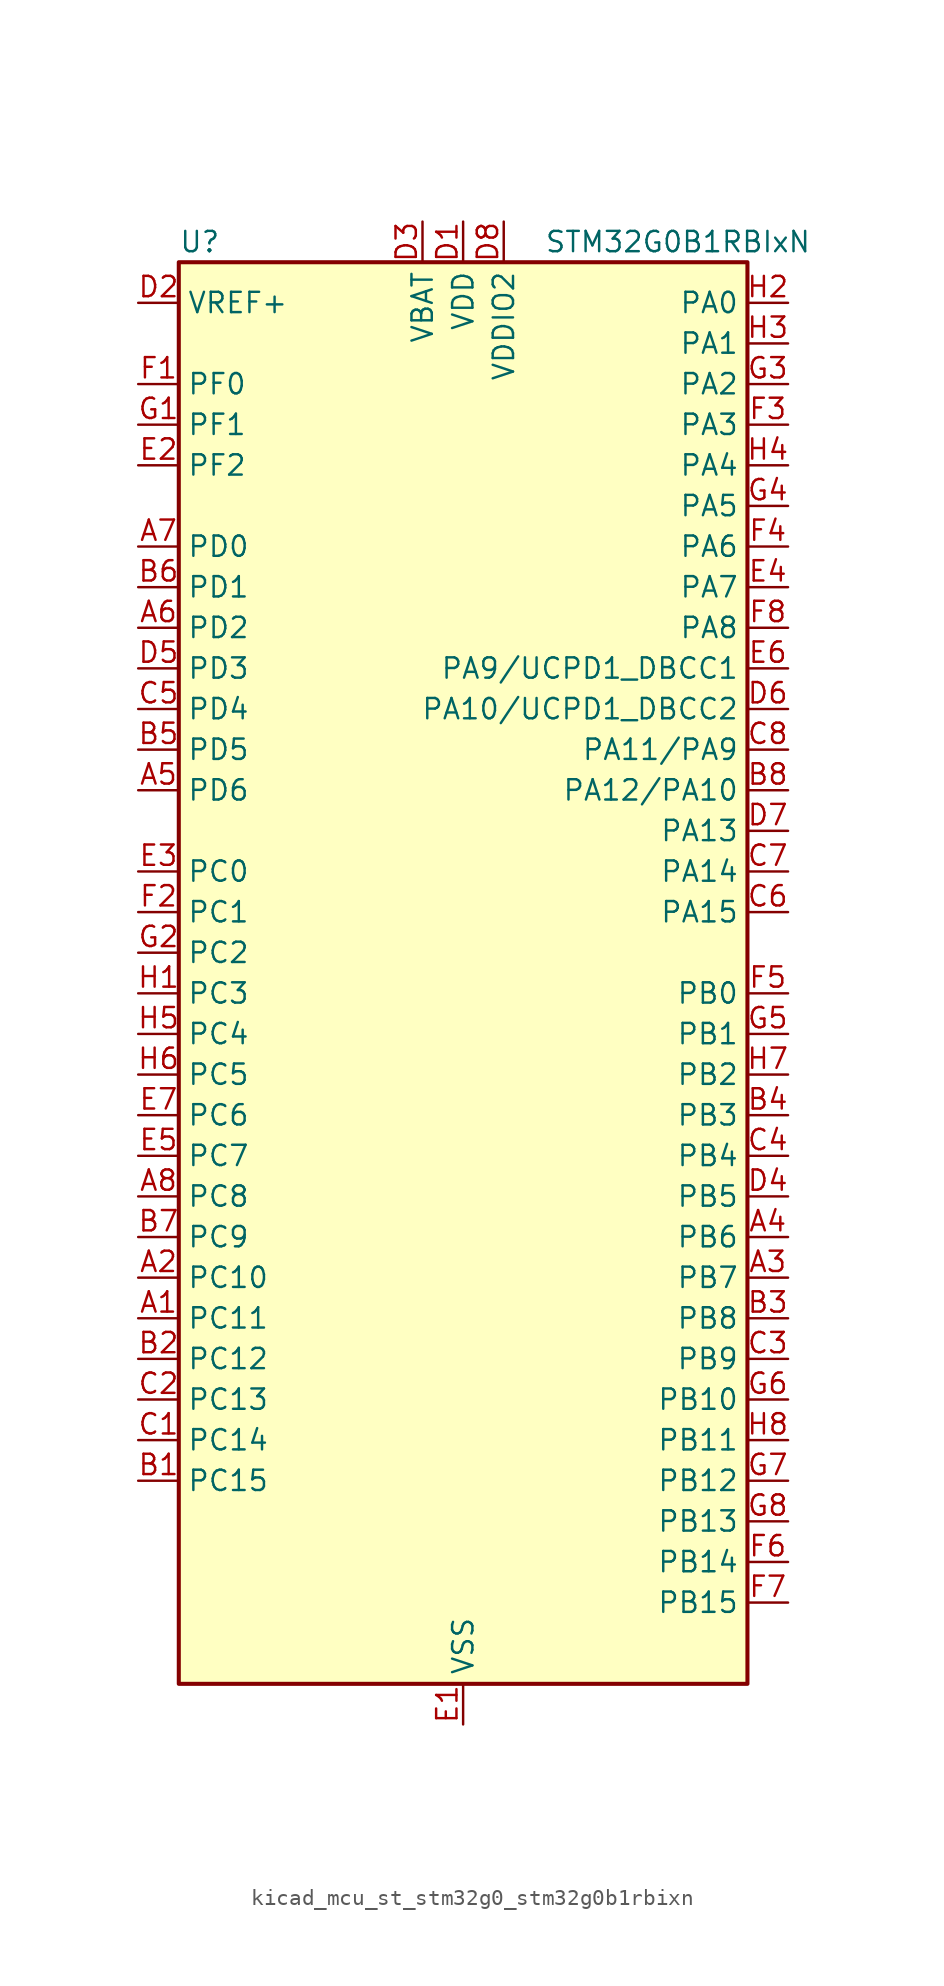
<source format=kicad_sym>
(kicad_symbol_lib
  (version 20220914)
  (generator kicad_symbol_editor)
  (symbol "kicad_mcu_st_stm32g0_stm32g0b1rbixn"
    (property "Reference" "U"
      (at -17.78 46.99 0)
      (effects (font (size 1.27 1.27)) (justify left)))
    (property "Value" "STM32G0B1RBIxN"
      (at 5.08 46.99 0)
      (effects (font (size 1.27 1.27)) (justify left)))
    (property "ki_locked" ""
      (at 0 0 0)
      (effects (font (size 1.27 1.27))))
    (symbol "kicad_mcu_st_stm32g0_stm32g0b1rbixn_0_1"
      (rectangle (start -17.78 -43.18) (end 17.78 45.72) (stroke (width 0.254) (type default)) (fill (type background))))
    (symbol "kicad_mcu_st_stm32g0_stm32g0b1rbixn_1_1"
      (pin bidirectional line (at -20.32 -20.32 0) (length 2.54) (name "PC11" (effects (font (size 1.27 1.27)))) (number "A1" (effects (font (size 1.27 1.27)))) (alternate "ADC1_EXTI11" bidirectional line) (alternate "SPI3_MISO" bidirectional line) (alternate "TIM1_CH4" bidirectional line) (alternate "USART3_RX" bidirectional line) (alternate "USART4_RX" bidirectional line))
      (pin bidirectional line (at -20.32 -17.78 0) (length 2.54) (name "PC10" (effects (font (size 1.27 1.27)))) (number "A2" (effects (font (size 1.27 1.27)))) (alternate "SPI3_SCK" bidirectional line) (alternate "TIM1_CH3" bidirectional line) (alternate "USART3_TX" bidirectional line) (alternate "USART4_TX" bidirectional line))
      (pin bidirectional line (at 20.32 -17.78 180) (length 2.54) (name "PB7" (effects (font (size 1.27 1.27)))) (number "A3" (effects (font (size 1.27 1.27)))) (alternate "COMP2_INM" bidirectional line) (alternate "I2C1_SDA" bidirectional line) (alternate "I2S2_SD" bidirectional line) (alternate "LPTIM1_IN2" bidirectional line) (alternate "LPUART2_RX" bidirectional line) (alternate "SPI2_MOSI" bidirectional line) (alternate "SYS_PVD_IN" bidirectional line) (alternate "TIM17_CH1N" bidirectional line) (alternate "TIM4_CH2" bidirectional line) (alternate "USART1_RX" bidirectional line) (alternate "USART4_CTS" bidirectional line) (alternate "USART4_NSS" bidirectional line))
      (pin bidirectional line (at 20.32 -15.24 180) (length 2.54) (name "PB6" (effects (font (size 1.27 1.27)))) (number "A4" (effects (font (size 1.27 1.27)))) (alternate "COMP2_INP" bidirectional line) (alternate "FDCAN2_TX" bidirectional line) (alternate "I2C1_SCL" bidirectional line) (alternate "I2S2_MCK" bidirectional line) (alternate "LPTIM1_ETR" bidirectional line) (alternate "LPUART2_TX" bidirectional line) (alternate "SPI2_MISO" bidirectional line) (alternate "TIM16_CH1N" bidirectional line) (alternate "TIM1_CH3" bidirectional line) (alternate "TIM4_CH1" bidirectional line) (alternate "USART1_TX" bidirectional line) (alternate "USART5_CTS" bidirectional line) (alternate "USART5_NSS" bidirectional line))
      (pin bidirectional line (at -20.32 12.7 0) (length 2.54) (name "PD6" (effects (font (size 1.27 1.27)))) (number "A5" (effects (font (size 1.27 1.27)))) (alternate "I2S1_SD" bidirectional line) (alternate "LPTIM2_OUT" bidirectional line) (alternate "SPI1_MOSI" bidirectional line) (alternate "USART2_RX" bidirectional line))
      (pin bidirectional line (at -20.32 22.86 0) (length 2.54) (name "PD2" (effects (font (size 1.27 1.27)))) (number "A6" (effects (font (size 1.27 1.27)))) (alternate "TIM1_CH1N" bidirectional line) (alternate "TIM3_ETR" bidirectional line) (alternate "UCPD2_CC2" bidirectional line) (alternate "USART3_CK" bidirectional line) (alternate "USART3_DE" bidirectional line) (alternate "USART3_RTS" bidirectional line) (alternate "USART5_RX" bidirectional line))
      (pin bidirectional line (at -20.32 27.94 0) (length 2.54) (name "PD0" (effects (font (size 1.27 1.27)))) (number "A7" (effects (font (size 1.27 1.27)))) (alternate "FDCAN1_RX" bidirectional line) (alternate "I2S2_WS" bidirectional line) (alternate "SPI2_NSS" bidirectional line) (alternate "TIM16_CH1" bidirectional line) (alternate "UCPD2_CC1" bidirectional line))
      (pin bidirectional line (at -20.32 -12.7 0) (length 2.54) (name "PC8" (effects (font (size 1.27 1.27)))) (number "A8" (effects (font (size 1.27 1.27)))) (alternate "LPUART2_CTS" bidirectional line) (alternate "TIM1_CH1" bidirectional line) (alternate "TIM3_CH3" bidirectional line) (alternate "UCPD2_FRSTX1" bidirectional line) (alternate "UCPD2_FRSTX2" bidirectional line))
      (pin bidirectional line (at -20.32 -30.48 0) (length 2.54) (name "PC15" (effects (font (size 1.27 1.27)))) (number "B1" (effects (font (size 1.27 1.27)))) (alternate "RCC_OSC32_EN" bidirectional line) (alternate "RCC_OSC32_OUT" bidirectional line) (alternate "RCC_OSC_EN" bidirectional line) (alternate "TIM15_BK" bidirectional line))
      (pin bidirectional line (at -20.32 -22.86 0) (length 2.54) (name "PC12" (effects (font (size 1.27 1.27)))) (number "B2" (effects (font (size 1.27 1.27)))) (alternate "LPTIM1_IN1" bidirectional line) (alternate "SPI3_MOSI" bidirectional line) (alternate "TIM14_CH1" bidirectional line) (alternate "UCPD1_FRSTX1" bidirectional line) (alternate "UCPD1_FRSTX2" bidirectional line) (alternate "USART5_TX" bidirectional line))
      (pin bidirectional line (at 20.32 -20.32 180) (length 2.54) (name "PB8" (effects (font (size 1.27 1.27)))) (number "B3" (effects (font (size 1.27 1.27)))) (alternate "CEC" bidirectional line) (alternate "FDCAN1_RX" bidirectional line) (alternate "I2C1_SCL" bidirectional line) (alternate "I2S2_CK" bidirectional line) (alternate "SPI2_SCK" bidirectional line) (alternate "TIM15_BK" bidirectional line) (alternate "TIM16_CH1" bidirectional line) (alternate "TIM4_CH3" bidirectional line) (alternate "USART3_TX" bidirectional line) (alternate "USART6_TX" bidirectional line))
      (pin bidirectional line (at 20.32 -7.62 180) (length 2.54) (name "PB3" (effects (font (size 1.27 1.27)))) (number "B4" (effects (font (size 1.27 1.27)))) (alternate "COMP2_INM" bidirectional line) (alternate "I2C2_SCL" bidirectional line) (alternate "I2C3_SCL" bidirectional line) (alternate "I2S1_CK" bidirectional line) (alternate "SPI1_SCK" bidirectional line) (alternate "SPI3_SCK" bidirectional line) (alternate "TIM1_CH2" bidirectional line) (alternate "TIM2_CH2" bidirectional line) (alternate "USART1_CK" bidirectional line) (alternate "USART1_DE" bidirectional line) (alternate "USART1_RTS" bidirectional line) (alternate "USART5_TX" bidirectional line))
      (pin bidirectional line (at -20.32 15.24 0) (length 2.54) (name "PD5" (effects (font (size 1.27 1.27)))) (number "B5" (effects (font (size 1.27 1.27)))) (alternate "I2S1_MCK" bidirectional line) (alternate "SPI1_MISO" bidirectional line) (alternate "TIM1_BK" bidirectional line) (alternate "USART2_TX" bidirectional line) (alternate "USART5_CTS" bidirectional line) (alternate "USART5_NSS" bidirectional line))
      (pin bidirectional line (at -20.32 25.4 0) (length 2.54) (name "PD1" (effects (font (size 1.27 1.27)))) (number "B6" (effects (font (size 1.27 1.27)))) (alternate "FDCAN1_TX" bidirectional line) (alternate "I2S2_CK" bidirectional line) (alternate "SPI2_SCK" bidirectional line) (alternate "TIM17_CH1" bidirectional line) (alternate "UCPD2_DBCC1" bidirectional line))
      (pin bidirectional line (at -20.32 -15.24 0) (length 2.54) (name "PC9" (effects (font (size 1.27 1.27)))) (number "B7" (effects (font (size 1.27 1.27)))) (alternate "DAC1_EXTI9" bidirectional line) (alternate "I2S_CKIN" bidirectional line) (alternate "LPUART2_DE" bidirectional line) (alternate "LPUART2_RTS" bidirectional line) (alternate "TIM1_CH2" bidirectional line) (alternate "TIM3_CH4" bidirectional line) (alternate "USB_NOE" bidirectional line))
      (pin bidirectional line (at 20.32 12.7 180) (length 2.54) (name "PA12/PA10" (effects (font (size 1.27 1.27)))) (number "B8" (effects (font (size 1.27 1.27)))) (alternate "COMP2_OUT" bidirectional line) (alternate "FDCAN1_TX" bidirectional line) (alternate "I2C2_SDA" bidirectional line) (alternate "I2S1_SD" bidirectional line) (alternate "I2S_CKIN" bidirectional line) (alternate "SPI1_MOSI" bidirectional line) (alternate "TIM1_ETR" bidirectional line) (alternate "USART1_CK" bidirectional line) (alternate "USART1_DE" bidirectional line) (alternate "USART1_RTS" bidirectional line) (alternate "USB_DP" bidirectional line))
      (pin bidirectional line (at -20.32 -27.94 0) (length 2.54) (name "PC14" (effects (font (size 1.27 1.27)))) (number "C1" (effects (font (size 1.27 1.27)))) (alternate "RCC_OSC32_IN" bidirectional line) (alternate "TIM1_BK2" bidirectional line))
      (pin bidirectional line (at -20.32 -25.4 0) (length 2.54) (name "PC13" (effects (font (size 1.27 1.27)))) (number "C2" (effects (font (size 1.27 1.27)))) (alternate "RTC_OUT1" bidirectional line) (alternate "RTC_TAMP_IN1" bidirectional line) (alternate "RTC_TS" bidirectional line) (alternate "SYS_WKUP2" bidirectional line) (alternate "TIM1_BK" bidirectional line))
      (pin bidirectional line (at 20.32 -22.86 180) (length 2.54) (name "PB9" (effects (font (size 1.27 1.27)))) (number "C3" (effects (font (size 1.27 1.27)))) (alternate "DAC1_EXTI9" bidirectional line) (alternate "FDCAN1_TX" bidirectional line) (alternate "I2C1_SDA" bidirectional line) (alternate "I2S2_WS" bidirectional line) (alternate "IR_OUT" bidirectional line) (alternate "SPI2_NSS" bidirectional line) (alternate "TIM17_CH1" bidirectional line) (alternate "TIM4_CH4" bidirectional line) (alternate "UCPD2_FRSTX1" bidirectional line) (alternate "UCPD2_FRSTX2" bidirectional line) (alternate "USART3_RX" bidirectional line) (alternate "USART6_RX" bidirectional line))
      (pin bidirectional line (at 20.32 -10.16 180) (length 2.54) (name "PB4" (effects (font (size 1.27 1.27)))) (number "C4" (effects (font (size 1.27 1.27)))) (alternate "COMP2_INP" bidirectional line) (alternate "I2C2_SDA" bidirectional line) (alternate "I2C3_SDA" bidirectional line) (alternate "I2S1_MCK" bidirectional line) (alternate "SPI1_MISO" bidirectional line) (alternate "SPI3_MISO" bidirectional line) (alternate "TIM17_BK" bidirectional line) (alternate "TIM3_CH1" bidirectional line) (alternate "USART1_CTS" bidirectional line) (alternate "USART1_NSS" bidirectional line) (alternate "USART5_RX" bidirectional line))
      (pin bidirectional line (at -20.32 17.78 0) (length 2.54) (name "PD4" (effects (font (size 1.27 1.27)))) (number "C5" (effects (font (size 1.27 1.27)))) (alternate "I2S2_SD" bidirectional line) (alternate "SPI2_MOSI" bidirectional line) (alternate "TIM1_CH3N" bidirectional line) (alternate "USART2_CK" bidirectional line) (alternate "USART2_DE" bidirectional line) (alternate "USART2_RTS" bidirectional line) (alternate "USART5_CK" bidirectional line) (alternate "USART5_DE" bidirectional line) (alternate "USART5_RTS" bidirectional line))
      (pin bidirectional line (at 20.32 5.08 180) (length 2.54) (name "PA15" (effects (font (size 1.27 1.27)))) (number "C6" (effects (font (size 1.27 1.27)))) (alternate "I2C2_SMBA" bidirectional line) (alternate "I2S1_WS" bidirectional line) (alternate "RCC_MCO_2" bidirectional line) (alternate "SPI1_NSS" bidirectional line) (alternate "SPI3_NSS" bidirectional line) (alternate "TIM2_CH1" bidirectional line) (alternate "TIM2_ETR" bidirectional line) (alternate "USART2_RX" bidirectional line) (alternate "USART3_CK" bidirectional line) (alternate "USART3_DE" bidirectional line) (alternate "USART3_RTS" bidirectional line) (alternate "USART4_CK" bidirectional line) (alternate "USART4_DE" bidirectional line) (alternate "USART4_RTS" bidirectional line) (alternate "USB_NOE" bidirectional line))
      (pin bidirectional line (at 20.32 7.62 180) (length 2.54) (name "PA14" (effects (font (size 1.27 1.27)))) (number "C7" (effects (font (size 1.27 1.27)))) (alternate "LPUART2_TX" bidirectional line) (alternate "SYS_SWCLK" bidirectional line) (alternate "USART2_TX" bidirectional line))
      (pin bidirectional line (at 20.32 15.24 180) (length 2.54) (name "PA11/PA9" (effects (font (size 1.27 1.27)))) (number "C8" (effects (font (size 1.27 1.27)))) (alternate "ADC1_EXTI11" bidirectional line) (alternate "COMP1_OUT" bidirectional line) (alternate "FDCAN1_RX" bidirectional line) (alternate "I2C2_SCL" bidirectional line) (alternate "I2S1_MCK" bidirectional line) (alternate "SPI1_MISO" bidirectional line) (alternate "TIM1_BK2" bidirectional line) (alternate "TIM1_CH4" bidirectional line) (alternate "USART1_CTS" bidirectional line) (alternate "USART1_NSS" bidirectional line) (alternate "USB_DM" bidirectional line))
      (pin power_in line (at 0 48.26 270) (length 2.54) (name "VDD" (effects (font (size 1.27 1.27)))) (number "D1" (effects (font (size 1.27 1.27)))))
      (pin input line (at -20.32 43.18 0) (length 2.54) (name "VREF+" (effects (font (size 1.27 1.27)))) (number "D2" (effects (font (size 1.27 1.27)))) (alternate "VREFBUF_OUT" bidirectional line))
      (pin power_in line (at -2.54 48.26 270) (length 2.54) (name "VBAT" (effects (font (size 1.27 1.27)))) (number "D3" (effects (font (size 1.27 1.27)))))
      (pin bidirectional line (at 20.32 -12.7 180) (length 2.54) (name "PB5" (effects (font (size 1.27 1.27)))) (number "D4" (effects (font (size 1.27 1.27)))) (alternate "COMP2_OUT" bidirectional line) (alternate "FDCAN2_RX" bidirectional line) (alternate "I2C1_SMBA" bidirectional line) (alternate "I2S1_SD" bidirectional line) (alternate "LPTIM1_IN1" bidirectional line) (alternate "SPI1_MOSI" bidirectional line) (alternate "SPI3_MOSI" bidirectional line) (alternate "SYS_WKUP6" bidirectional line) (alternate "TIM16_BK" bidirectional line) (alternate "TIM3_CH2" bidirectional line) (alternate "USART5_CK" bidirectional line) (alternate "USART5_DE" bidirectional line) (alternate "USART5_RTS" bidirectional line))
      (pin bidirectional line (at -20.32 20.32 0) (length 2.54) (name "PD3" (effects (font (size 1.27 1.27)))) (number "D5" (effects (font (size 1.27 1.27)))) (alternate "I2S2_MCK" bidirectional line) (alternate "SPI2_MISO" bidirectional line) (alternate "TIM1_CH2N" bidirectional line) (alternate "UCPD2_DBCC2" bidirectional line) (alternate "USART2_CTS" bidirectional line) (alternate "USART2_NSS" bidirectional line) (alternate "USART5_TX" bidirectional line))
      (pin bidirectional line (at 20.32 17.78 180) (length 2.54) (name "PA10/UCPD1_DBCC2" (effects (font (size 1.27 1.27)))) (number "D6" (effects (font (size 1.27 1.27)))) (alternate "I2C1_SDA" bidirectional line) (alternate "I2C2_SDA" bidirectional line) (alternate "I2S2_SD" bidirectional line) (alternate "RCC_MCO_2" bidirectional line) (alternate "SPI2_MOSI" bidirectional line) (alternate "TIM17_BK" bidirectional line) (alternate "TIM1_CH3" bidirectional line) (alternate "UCPD1_DBCC2" bidirectional line) (alternate "USART1_RX" bidirectional line))
      (pin bidirectional line (at 20.32 10.16 180) (length 2.54) (name "PA13" (effects (font (size 1.27 1.27)))) (number "D7" (effects (font (size 1.27 1.27)))) (alternate "IR_OUT" bidirectional line) (alternate "LPUART2_RX" bidirectional line) (alternate "SYS_SWDIO" bidirectional line) (alternate "USB_NOE" bidirectional line))
      (pin power_in line (at 2.54 48.26 270) (length 2.54) (name "VDDIO2" (effects (font (size 1.27 1.27)))) (number "D8" (effects (font (size 1.27 1.27)))))
      (pin power_in line (at 0 -45.72 90) (length 2.54) (name "VSS" (effects (font (size 1.27 1.27)))) (number "E1" (effects (font (size 1.27 1.27)))))
      (pin bidirectional line (at -20.32 33.02 0) (length 2.54) (name "PF2" (effects (font (size 1.27 1.27)))) (number "E2" (effects (font (size 1.27 1.27)))) (alternate "LPUART2_DE" bidirectional line) (alternate "LPUART2_RTS" bidirectional line) (alternate "LPUART2_TX" bidirectional line) (alternate "RCC_MCO" bidirectional line))
      (pin bidirectional line (at -20.32 7.62 0) (length 2.54) (name "PC0" (effects (font (size 1.27 1.27)))) (number "E3" (effects (font (size 1.27 1.27)))) (alternate "COMP3_INM" bidirectional line) (alternate "COMP3_OUT" bidirectional line) (alternate "I2C3_SCL" bidirectional line) (alternate "LPTIM1_IN1" bidirectional line) (alternate "LPTIM2_IN1" bidirectional line) (alternate "LPUART1_RX" bidirectional line) (alternate "LPUART2_TX" bidirectional line) (alternate "USART6_TX" bidirectional line))
      (pin bidirectional line (at 20.32 25.4 180) (length 2.54) (name "PA7" (effects (font (size 1.27 1.27)))) (number "E4" (effects (font (size 1.27 1.27)))) (alternate "ADC1_IN7" bidirectional line) (alternate "COMP2_OUT" bidirectional line) (alternate "I2C2_SCL" bidirectional line) (alternate "I2C3_SCL" bidirectional line) (alternate "I2S1_SD" bidirectional line) (alternate "SPI1_MOSI" bidirectional line) (alternate "TIM14_CH1" bidirectional line) (alternate "TIM17_CH1" bidirectional line) (alternate "TIM1_CH1N" bidirectional line) (alternate "TIM3_CH2" bidirectional line) (alternate "UCPD1_FRSTX1" bidirectional line) (alternate "UCPD1_FRSTX2" bidirectional line) (alternate "USART6_CK" bidirectional line) (alternate "USART6_DE" bidirectional line) (alternate "USART6_RTS" bidirectional line))
      (pin bidirectional line (at -20.32 -10.16 0) (length 2.54) (name "PC7" (effects (font (size 1.27 1.27)))) (number "E5" (effects (font (size 1.27 1.27)))) (alternate "LPUART2_RX" bidirectional line) (alternate "TIM2_CH4" bidirectional line) (alternate "TIM3_CH2" bidirectional line) (alternate "UCPD2_FRSTX1" bidirectional line) (alternate "UCPD2_FRSTX2" bidirectional line))
      (pin bidirectional line (at 20.32 20.32 180) (length 2.54) (name "PA9/UCPD1_DBCC1" (effects (font (size 1.27 1.27)))) (number "E6" (effects (font (size 1.27 1.27)))) (alternate "DAC1_EXTI9" bidirectional line) (alternate "I2C1_SCL" bidirectional line) (alternate "I2C2_SCL" bidirectional line) (alternate "I2S2_MCK" bidirectional line) (alternate "RCC_MCO" bidirectional line) (alternate "SPI2_MISO" bidirectional line) (alternate "TIM15_BK" bidirectional line) (alternate "TIM1_CH2" bidirectional line) (alternate "UCPD1_DBCC1" bidirectional line) (alternate "USART1_TX" bidirectional line))
      (pin bidirectional line (at -20.32 -7.62 0) (length 2.54) (name "PC6" (effects (font (size 1.27 1.27)))) (number "E7" (effects (font (size 1.27 1.27)))) (alternate "LPUART2_TX" bidirectional line) (alternate "TIM2_CH3" bidirectional line) (alternate "TIM3_CH1" bidirectional line) (alternate "UCPD1_FRSTX1" bidirectional line) (alternate "UCPD1_FRSTX2" bidirectional line))
      (pin passive line (at 0 -45.72 90) (length 2.54) hide (name "VSS" (effects (font (size 1.27 1.27)))) (number "E8" (effects (font (size 1.27 1.27)))))
      (pin bidirectional line (at -20.32 38.1 0) (length 2.54) (name "PF0" (effects (font (size 1.27 1.27)))) (number "F1" (effects (font (size 1.27 1.27)))) (alternate "CRS1_SYNC" bidirectional line) (alternate "RCC_OSC_IN" bidirectional line) (alternate "TIM14_CH1" bidirectional line))
      (pin bidirectional line (at -20.32 5.08 0) (length 2.54) (name "PC1" (effects (font (size 1.27 1.27)))) (number "F2" (effects (font (size 1.27 1.27)))) (alternate "COMP3_INP" bidirectional line) (alternate "I2C3_SDA" bidirectional line) (alternate "LPTIM1_OUT" bidirectional line) (alternate "LPUART1_TX" bidirectional line) (alternate "LPUART2_RX" bidirectional line) (alternate "TIM15_CH1" bidirectional line) (alternate "USART6_RX" bidirectional line))
      (pin bidirectional line (at 20.32 35.56 180) (length 2.54) (name "PA3" (effects (font (size 1.27 1.27)))) (number "F3" (effects (font (size 1.27 1.27)))) (alternate "ADC1_IN3" bidirectional line) (alternate "COMP2_INP" bidirectional line) (alternate "I2S2_MCK" bidirectional line) (alternate "LPUART1_RX" bidirectional line) (alternate "SPI2_MISO" bidirectional line) (alternate "TIM15_CH2" bidirectional line) (alternate "TIM2_CH4" bidirectional line) (alternate "UCPD2_FRSTX1" bidirectional line) (alternate "UCPD2_FRSTX2" bidirectional line) (alternate "USART2_RX" bidirectional line))
      (pin bidirectional line (at 20.32 27.94 180) (length 2.54) (name "PA6" (effects (font (size 1.27 1.27)))) (number "F4" (effects (font (size 1.27 1.27)))) (alternate "ADC1_IN6" bidirectional line) (alternate "COMP1_OUT" bidirectional line) (alternate "I2C2_SDA" bidirectional line) (alternate "I2C3_SDA" bidirectional line) (alternate "I2S1_MCK" bidirectional line) (alternate "LPUART1_CTS" bidirectional line) (alternate "SPI1_MISO" bidirectional line) (alternate "TIM16_CH1" bidirectional line) (alternate "TIM1_BK" bidirectional line) (alternate "TIM3_CH1" bidirectional line) (alternate "USART3_CTS" bidirectional line) (alternate "USART3_NSS" bidirectional line) (alternate "USART6_CTS" bidirectional line) (alternate "USART6_NSS" bidirectional line))
      (pin bidirectional line (at 20.32 0 180) (length 2.54) (name "PB0" (effects (font (size 1.27 1.27)))) (number "F5" (effects (font (size 1.27 1.27)))) (alternate "ADC1_IN8" bidirectional line) (alternate "COMP1_OUT" bidirectional line) (alternate "COMP3_INP" bidirectional line) (alternate "FDCAN2_RX" bidirectional line) (alternate "I2S1_WS" bidirectional line) (alternate "LPTIM1_OUT" bidirectional line) (alternate "LPUART2_CTS" bidirectional line) (alternate "SPI1_NSS" bidirectional line) (alternate "TIM1_CH2N" bidirectional line) (alternate "TIM3_CH3" bidirectional line) (alternate "UCPD1_FRSTX1" bidirectional line) (alternate "UCPD1_FRSTX2" bidirectional line) (alternate "USART3_RX" bidirectional line) (alternate "USART5_TX" bidirectional line))
      (pin bidirectional line (at 20.32 -35.56 180) (length 2.54) (name "PB14" (effects (font (size 1.27 1.27)))) (number "F6" (effects (font (size 1.27 1.27)))) (alternate "I2C2_SDA" bidirectional line) (alternate "I2S2_MCK" bidirectional line) (alternate "SPI2_MISO" bidirectional line) (alternate "TIM15_CH1" bidirectional line) (alternate "TIM1_CH2N" bidirectional line) (alternate "UCPD1_FRSTX1" bidirectional line) (alternate "UCPD1_FRSTX2" bidirectional line) (alternate "USART3_CK" bidirectional line) (alternate "USART3_DE" bidirectional line) (alternate "USART3_RTS" bidirectional line) (alternate "USART6_CK" bidirectional line) (alternate "USART6_DE" bidirectional line) (alternate "USART6_RTS" bidirectional line))
      (pin bidirectional line (at 20.32 -38.1 180) (length 2.54) (name "PB15" (effects (font (size 1.27 1.27)))) (number "F7" (effects (font (size 1.27 1.27)))) (alternate "I2S2_SD" bidirectional line) (alternate "RTC_REFIN" bidirectional line) (alternate "SPI2_MOSI" bidirectional line) (alternate "TIM15_CH1N" bidirectional line) (alternate "TIM15_CH2" bidirectional line) (alternate "TIM1_CH3N" bidirectional line) (alternate "UCPD1_CC2" bidirectional line) (alternate "USART6_CTS" bidirectional line) (alternate "USART6_NSS" bidirectional line))
      (pin bidirectional line (at 20.32 22.86 180) (length 2.54) (name "PA8" (effects (font (size 1.27 1.27)))) (number "F8" (effects (font (size 1.27 1.27)))) (alternate "CRS1_SYNC" bidirectional line) (alternate "I2C2_SMBA" bidirectional line) (alternate "I2S2_WS" bidirectional line) (alternate "LPTIM2_OUT" bidirectional line) (alternate "RCC_MCO" bidirectional line) (alternate "SPI2_NSS" bidirectional line) (alternate "TIM1_CH1" bidirectional line) (alternate "UCPD1_CC1" bidirectional line))
      (pin bidirectional line (at -20.32 35.56 0) (length 2.54) (name "PF1" (effects (font (size 1.27 1.27)))) (number "G1" (effects (font (size 1.27 1.27)))) (alternate "RCC_OSC_EN" bidirectional line) (alternate "RCC_OSC_OUT" bidirectional line) (alternate "TIM15_CH1N" bidirectional line))
      (pin bidirectional line (at -20.32 2.54 0) (length 2.54) (name "PC2" (effects (font (size 1.27 1.27)))) (number "G2" (effects (font (size 1.27 1.27)))) (alternate "COMP3_OUT" bidirectional line) (alternate "FDCAN2_RX" bidirectional line) (alternate "I2S2_MCK" bidirectional line) (alternate "LPTIM1_IN2" bidirectional line) (alternate "SPI2_MISO" bidirectional line) (alternate "TIM15_CH2" bidirectional line))
      (pin bidirectional line (at 20.32 38.1 180) (length 2.54) (name "PA2" (effects (font (size 1.27 1.27)))) (number "G3" (effects (font (size 1.27 1.27)))) (alternate "ADC1_IN2" bidirectional line) (alternate "COMP2_INM" bidirectional line) (alternate "COMP2_OUT" bidirectional line) (alternate "I2S1_SD" bidirectional line) (alternate "LPUART1_TX" bidirectional line) (alternate "RCC_LSCO" bidirectional line) (alternate "SPI1_MOSI" bidirectional line) (alternate "SYS_WKUP4" bidirectional line) (alternate "TIM15_CH1" bidirectional line) (alternate "TIM2_CH3" bidirectional line) (alternate "UCPD1_FRSTX1" bidirectional line) (alternate "UCPD1_FRSTX2" bidirectional line) (alternate "USART2_TX" bidirectional line))
      (pin bidirectional line (at 20.32 30.48 180) (length 2.54) (name "PA5" (effects (font (size 1.27 1.27)))) (number "G4" (effects (font (size 1.27 1.27)))) (alternate "ADC1_IN5" bidirectional line) (alternate "CEC" bidirectional line) (alternate "DAC1_OUT2" bidirectional line) (alternate "I2S1_CK" bidirectional line) (alternate "LPTIM2_ETR" bidirectional line) (alternate "SPI1_SCK" bidirectional line) (alternate "TIM2_CH1" bidirectional line) (alternate "TIM2_ETR" bidirectional line) (alternate "UCPD1_FRSTX1" bidirectional line) (alternate "UCPD1_FRSTX2" bidirectional line) (alternate "USART3_TX" bidirectional line) (alternate "USART6_RX" bidirectional line))
      (pin bidirectional line (at 20.32 -2.54 180) (length 2.54) (name "PB1" (effects (font (size 1.27 1.27)))) (number "G5" (effects (font (size 1.27 1.27)))) (alternate "ADC1_IN9" bidirectional line) (alternate "COMP1_INM" bidirectional line) (alternate "COMP3_OUT" bidirectional line) (alternate "FDCAN2_TX" bidirectional line) (alternate "LPTIM2_IN1" bidirectional line) (alternate "LPUART1_DE" bidirectional line) (alternate "LPUART1_RTS" bidirectional line) (alternate "LPUART2_DE" bidirectional line) (alternate "LPUART2_RTS" bidirectional line) (alternate "TIM14_CH1" bidirectional line) (alternate "TIM1_CH3N" bidirectional line) (alternate "TIM3_CH4" bidirectional line) (alternate "USART3_CK" bidirectional line) (alternate "USART3_DE" bidirectional line) (alternate "USART3_RTS" bidirectional line) (alternate "USART5_RX" bidirectional line))
      (pin bidirectional line (at 20.32 -25.4 180) (length 2.54) (name "PB10" (effects (font (size 1.27 1.27)))) (number "G6" (effects (font (size 1.27 1.27)))) (alternate "ADC1_IN11" bidirectional line) (alternate "CEC" bidirectional line) (alternate "COMP1_OUT" bidirectional line) (alternate "I2C2_SCL" bidirectional line) (alternate "I2S2_CK" bidirectional line) (alternate "LPUART1_RX" bidirectional line) (alternate "SPI2_SCK" bidirectional line) (alternate "TIM2_CH3" bidirectional line) (alternate "USART3_TX" bidirectional line))
      (pin bidirectional line (at 20.32 -30.48 180) (length 2.54) (name "PB12" (effects (font (size 1.27 1.27)))) (number "G7" (effects (font (size 1.27 1.27)))) (alternate "ADC1_IN16" bidirectional line) (alternate "FDCAN2_RX" bidirectional line) (alternate "I2C2_SMBA" bidirectional line) (alternate "I2S2_WS" bidirectional line) (alternate "LPUART1_DE" bidirectional line) (alternate "LPUART1_RTS" bidirectional line) (alternate "SPI2_NSS" bidirectional line) (alternate "TIM15_BK" bidirectional line) (alternate "TIM1_BK" bidirectional line) (alternate "UCPD2_FRSTX1" bidirectional line) (alternate "UCPD2_FRSTX2" bidirectional line))
      (pin bidirectional line (at 20.32 -33.02 180) (length 2.54) (name "PB13" (effects (font (size 1.27 1.27)))) (number "G8" (effects (font (size 1.27 1.27)))) (alternate "FDCAN2_TX" bidirectional line) (alternate "I2C2_SCL" bidirectional line) (alternate "I2S2_CK" bidirectional line) (alternate "LPUART1_CTS" bidirectional line) (alternate "SPI2_SCK" bidirectional line) (alternate "TIM15_CH1N" bidirectional line) (alternate "TIM1_CH1N" bidirectional line) (alternate "USART3_CTS" bidirectional line) (alternate "USART3_NSS" bidirectional line))
      (pin bidirectional line (at -20.32 0 0) (length 2.54) (name "PC3" (effects (font (size 1.27 1.27)))) (number "H1" (effects (font (size 1.27 1.27)))) (alternate "FDCAN2_TX" bidirectional line) (alternate "I2S2_SD" bidirectional line) (alternate "LPTIM1_ETR" bidirectional line) (alternate "LPTIM2_ETR" bidirectional line) (alternate "SPI2_MOSI" bidirectional line))
      (pin bidirectional line (at 20.32 43.18 180) (length 2.54) (name "PA0" (effects (font (size 1.27 1.27)))) (number "H2" (effects (font (size 1.27 1.27)))) (alternate "ADC1_IN0" bidirectional line) (alternate "COMP1_INM" bidirectional line) (alternate "COMP1_OUT" bidirectional line) (alternate "I2S2_CK" bidirectional line) (alternate "LPTIM1_OUT" bidirectional line) (alternate "RTC_TAMP_IN2" bidirectional line) (alternate "SPI2_SCK" bidirectional line) (alternate "SYS_WKUP1" bidirectional line) (alternate "TIM2_CH1" bidirectional line) (alternate "TIM2_ETR" bidirectional line) (alternate "UCPD2_FRSTX1" bidirectional line) (alternate "UCPD2_FRSTX2" bidirectional line) (alternate "USART2_CTS" bidirectional line) (alternate "USART2_NSS" bidirectional line) (alternate "USART4_TX" bidirectional line))
      (pin bidirectional line (at 20.32 40.64 180) (length 2.54) (name "PA1" (effects (font (size 1.27 1.27)))) (number "H3" (effects (font (size 1.27 1.27)))) (alternate "ADC1_IN1" bidirectional line) (alternate "COMP1_INP" bidirectional line) (alternate "I2C1_SMBA" bidirectional line) (alternate "I2S1_CK" bidirectional line) (alternate "SPI1_SCK" bidirectional line) (alternate "TIM15_CH1N" bidirectional line) (alternate "TIM2_CH2" bidirectional line) (alternate "USART2_CK" bidirectional line) (alternate "USART2_DE" bidirectional line) (alternate "USART2_RTS" bidirectional line) (alternate "USART4_RX" bidirectional line))
      (pin bidirectional line (at 20.32 33.02 180) (length 2.54) (name "PA4" (effects (font (size 1.27 1.27)))) (number "H4" (effects (font (size 1.27 1.27)))) (alternate "ADC1_IN4" bidirectional line) (alternate "DAC1_OUT1" bidirectional line) (alternate "I2S1_WS" bidirectional line) (alternate "I2S2_SD" bidirectional line) (alternate "LPTIM2_OUT" bidirectional line) (alternate "RTC_OUT2" bidirectional line) (alternate "SPI1_NSS" bidirectional line) (alternate "SPI2_MOSI" bidirectional line) (alternate "SPI3_NSS" bidirectional line) (alternate "TIM14_CH1" bidirectional line) (alternate "UCPD2_FRSTX1" bidirectional line) (alternate "UCPD2_FRSTX2" bidirectional line) (alternate "USART6_TX" bidirectional line) (alternate "USB_NOE" bidirectional line))
      (pin bidirectional line (at -20.32 -2.54 0) (length 2.54) (name "PC4" (effects (font (size 1.27 1.27)))) (number "H5" (effects (font (size 1.27 1.27)))) (alternate "ADC1_IN17" bidirectional line) (alternate "COMP1_INM" bidirectional line) (alternate "FDCAN1_RX" bidirectional line) (alternate "TIM2_CH1" bidirectional line) (alternate "TIM2_ETR" bidirectional line) (alternate "USART1_TX" bidirectional line) (alternate "USART3_TX" bidirectional line))
      (pin bidirectional line (at -20.32 -5.08 0) (length 2.54) (name "PC5" (effects (font (size 1.27 1.27)))) (number "H6" (effects (font (size 1.27 1.27)))) (alternate "ADC1_IN18" bidirectional line) (alternate "COMP1_INP" bidirectional line) (alternate "FDCAN1_TX" bidirectional line) (alternate "SYS_WKUP5" bidirectional line) (alternate "TIM2_CH2" bidirectional line) (alternate "USART1_RX" bidirectional line) (alternate "USART3_RX" bidirectional line))
      (pin bidirectional line (at 20.32 -5.08 180) (length 2.54) (name "PB2" (effects (font (size 1.27 1.27)))) (number "H7" (effects (font (size 1.27 1.27)))) (alternate "ADC1_IN10" bidirectional line) (alternate "COMP1_INP" bidirectional line) (alternate "COMP3_INM" bidirectional line) (alternate "I2S2_MCK" bidirectional line) (alternate "LPTIM1_OUT" bidirectional line) (alternate "RCC_MCO_2" bidirectional line) (alternate "SPI2_MISO" bidirectional line) (alternate "USART3_TX" bidirectional line))
      (pin bidirectional line (at 20.32 -27.94 180) (length 2.54) (name "PB11" (effects (font (size 1.27 1.27)))) (number "H8" (effects (font (size 1.27 1.27)))) (alternate "ADC1_EXTI11" bidirectional line) (alternate "ADC1_IN15" bidirectional line) (alternate "COMP2_OUT" bidirectional line) (alternate "I2C2_SDA" bidirectional line) (alternate "I2S2_SD" bidirectional line) (alternate "LPUART1_TX" bidirectional line) (alternate "SPI2_MOSI" bidirectional line) (alternate "TIM2_CH4" bidirectional line) (alternate "USART3_RX" bidirectional line)))))
</source>
